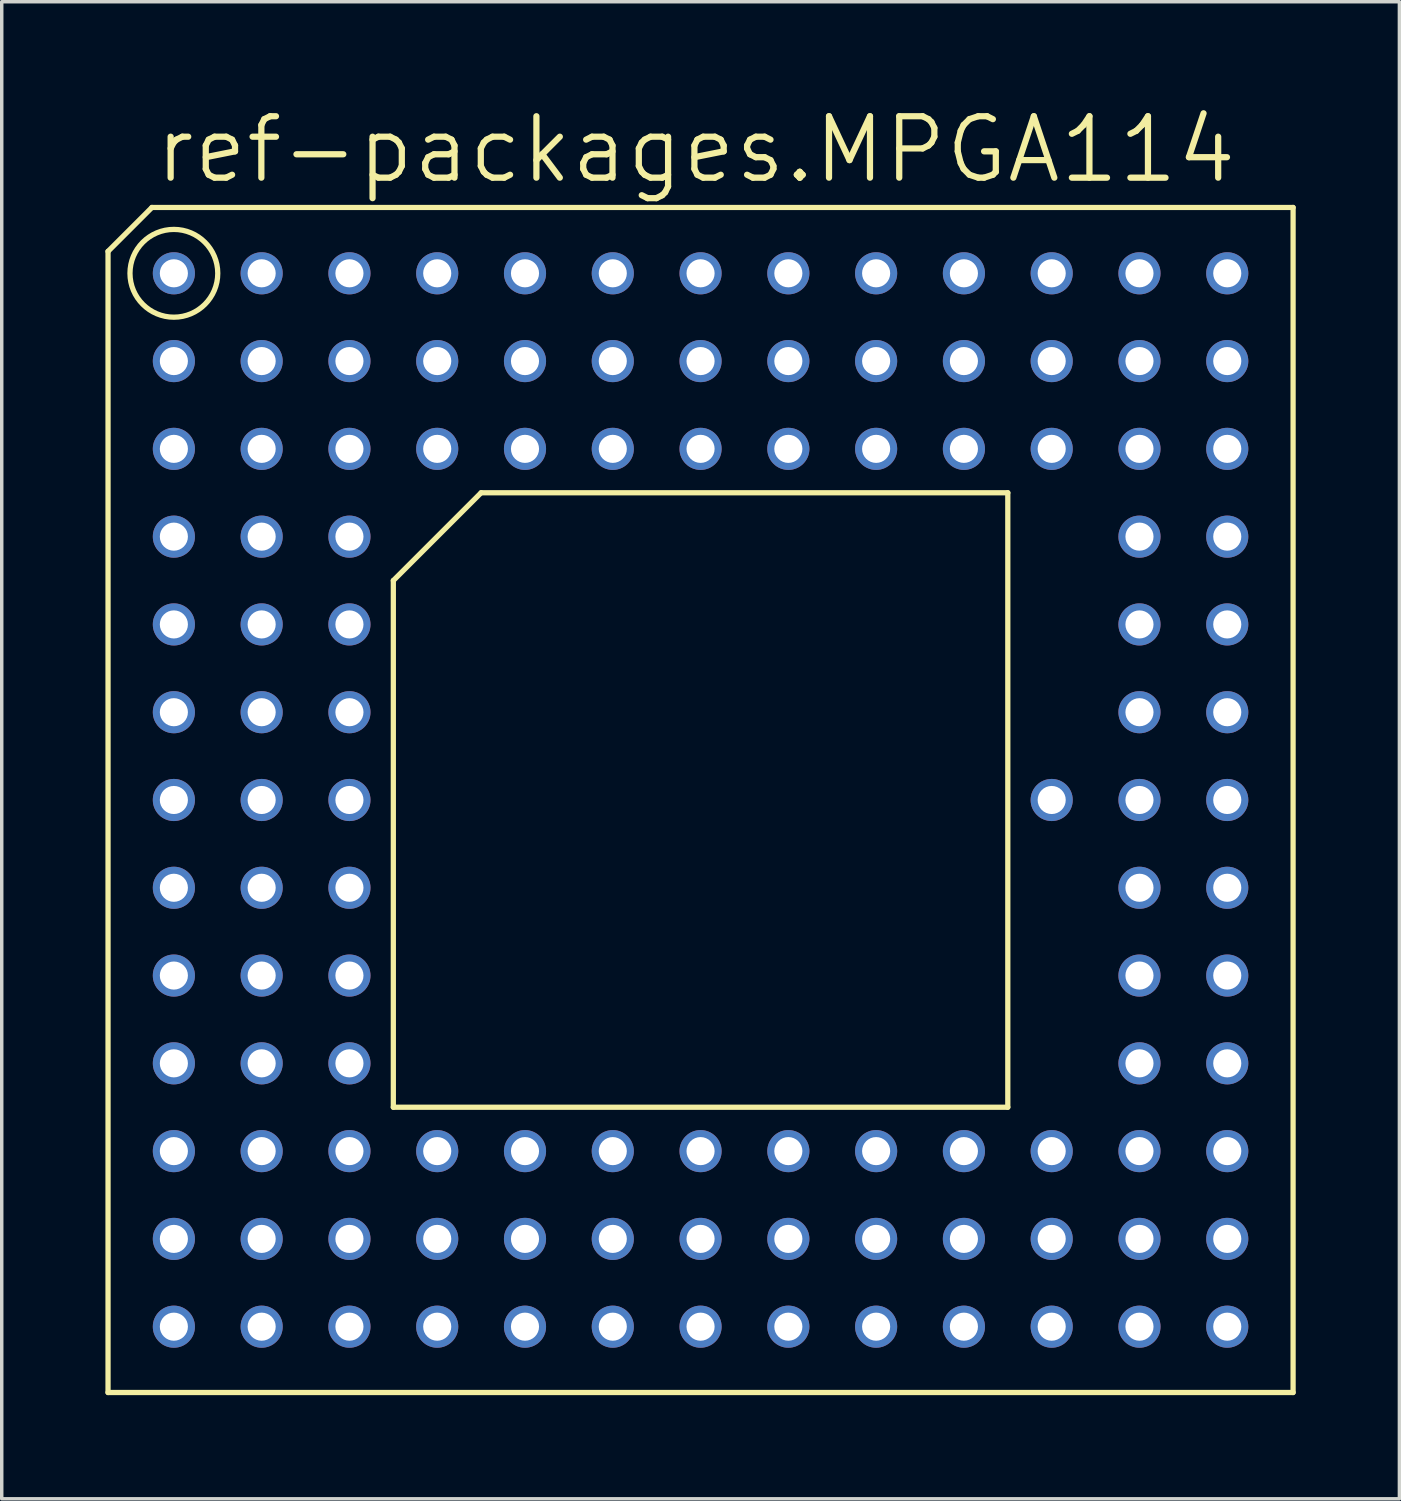
<source format=kicad_pcb>
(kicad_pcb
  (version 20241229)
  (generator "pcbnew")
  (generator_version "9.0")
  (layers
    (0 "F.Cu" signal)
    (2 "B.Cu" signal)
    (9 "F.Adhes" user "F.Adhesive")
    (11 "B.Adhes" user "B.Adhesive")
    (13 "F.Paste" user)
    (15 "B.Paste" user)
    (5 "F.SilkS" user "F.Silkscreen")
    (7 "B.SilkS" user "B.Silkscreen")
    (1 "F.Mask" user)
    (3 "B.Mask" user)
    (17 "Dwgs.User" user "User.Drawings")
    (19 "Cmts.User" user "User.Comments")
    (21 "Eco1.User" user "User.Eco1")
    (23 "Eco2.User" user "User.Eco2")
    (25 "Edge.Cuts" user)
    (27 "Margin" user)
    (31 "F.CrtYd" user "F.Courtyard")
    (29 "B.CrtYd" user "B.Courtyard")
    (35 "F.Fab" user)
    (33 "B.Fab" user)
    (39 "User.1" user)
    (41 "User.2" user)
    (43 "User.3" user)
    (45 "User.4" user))
  (footprint "ref-packages.MPGA114"
    (layer "F.Cu")
    (at 17.221 20.098)
    (property "Reference" "ref-packages.MPGA114" (at -15.875 -17.78 0) (layer "F.SilkS") (effects (font (size 1.778 1.778) (thickness 0.18)) (justify left bottom)))
    (attr through_hole)
    (fp_line (start -17.145 -15.875) (end -15.875 -17.145) (stroke (width 0.152) (type default)) (layer "F.SilkS"))
    (fp_line (start -17.145 17.145) (end -17.145 -15.875) (stroke (width 0.152) (type default)) (layer "F.SilkS"))
    (fp_line (start -15.875 -17.145) (end 17.145 -17.145) (stroke (width 0.152) (type default)) (layer "F.SilkS"))
    (fp_line (start -8.89 8.89) (end -8.89 -6.35) (stroke (width 0.152) (type default)) (layer "F.SilkS"))
    (fp_line (start -8.89 8.89) (end 8.89 8.89) (stroke (width 0.152) (type default)) (layer "F.SilkS"))
    (fp_line (start -6.35 -8.89) (end -8.89 -6.35) (stroke (width 0.152) (type default)) (layer "F.SilkS"))
    (fp_line (start -6.35 -8.89) (end 8.89 -8.89) (stroke (width 0.152) (type default)) (layer "F.SilkS"))
    (fp_line (start 8.89 -8.89) (end 8.89 8.89) (stroke (width 0.152) (type default)) (layer "F.SilkS"))
    (fp_line (start 17.145 -17.145) (end 17.145 17.145) (stroke (width 0.152) (type default)) (layer "F.SilkS"))
    (fp_line (start 17.145 17.145) (end -17.145 17.145) (stroke (width 0.152) (type default)) (layer "F.SilkS"))
    (fp_circle (center -15.24 -15.24) (end -13.97 -15.24) (stroke (width 0.152) (type default)) (fill no) (layer "F.SilkS"))
    (pad "A01" thru_hole circle (at -15.24 -15.24) (size 1.219 1.219) (drill 0.813) (layers "*.Cu" "*.Mask"))
    (pad "A02" thru_hole circle (at -12.7 -15.24) (size 1.219 1.219) (drill 0.813) (layers "*.Cu" "*.Mask"))
    (pad "A03" thru_hole circle (at -10.16 -15.24) (size 1.219 1.219) (drill 0.813) (layers "*.Cu" "*.Mask"))
    (pad "A04" thru_hole circle (at -7.62 -15.24) (size 1.219 1.219) (drill 0.813) (layers "*.Cu" "*.Mask"))
    (pad "A05" thru_hole circle (at -5.08 -15.24) (size 1.219 1.219) (drill 0.813) (layers "*.Cu" "*.Mask"))
    (pad "A06" thru_hole circle (at -2.54 -15.24) (size 1.219 1.219) (drill 0.813) (layers "*.Cu" "*.Mask"))
    (pad "A07" thru_hole circle (at 0 -15.24) (size 1.219 1.219) (drill 0.813) (layers "*.Cu" "*.Mask"))
    (pad "A08" thru_hole circle (at 2.54 -15.24) (size 1.219 1.219) (drill 0.813) (layers "*.Cu" "*.Mask"))
    (pad "A09" thru_hole circle (at 5.08 -15.24) (size 1.219 1.219) (drill 0.813) (layers "*.Cu" "*.Mask"))
    (pad "A10" thru_hole circle (at 7.62 -15.24) (size 1.219 1.219) (drill 0.813) (layers "*.Cu" "*.Mask"))
    (pad "A11" thru_hole circle (at 10.16 -15.24) (size 1.219 1.219) (drill 0.813) (layers "*.Cu" "*.Mask"))
    (pad "A12" thru_hole circle (at 12.7 -15.24) (size 1.219 1.219) (drill 0.813) (layers "*.Cu" "*.Mask"))
    (pad "A13" thru_hole circle (at 15.24 -15.24) (size 1.219 1.219) (drill 0.813) (layers "*.Cu" "*.Mask"))
    (pad "B01" thru_hole circle (at -15.24 -12.7) (size 1.219 1.219) (drill 0.813) (layers "*.Cu" "*.Mask"))
    (pad "B02" thru_hole circle (at -12.7 -12.7) (size 1.219 1.219) (drill 0.813) (layers "*.Cu" "*.Mask"))
    (pad "B03" thru_hole circle (at -10.16 -12.7) (size 1.219 1.219) (drill 0.813) (layers "*.Cu" "*.Mask"))
    (pad "B04" thru_hole circle (at -7.62 -12.7) (size 1.219 1.219) (drill 0.813) (layers "*.Cu" "*.Mask"))
    (pad "B05" thru_hole circle (at -5.08 -12.7) (size 1.219 1.219) (drill 0.813) (layers "*.Cu" "*.Mask"))
    (pad "B06" thru_hole circle (at -2.54 -12.7) (size 1.219 1.219) (drill 0.813) (layers "*.Cu" "*.Mask"))
    (pad "B07" thru_hole circle (at 0 -12.7) (size 1.219 1.219) (drill 0.813) (layers "*.Cu" "*.Mask"))
    (pad "B08" thru_hole circle (at 2.54 -12.7) (size 1.219 1.219) (drill 0.813) (layers "*.Cu" "*.Mask"))
    (pad "B09" thru_hole circle (at 5.08 -12.7) (size 1.219 1.219) (drill 0.813) (layers "*.Cu" "*.Mask"))
    (pad "B10" thru_hole circle (at 7.62 -12.7) (size 1.219 1.219) (drill 0.813) (layers "*.Cu" "*.Mask"))
    (pad "B11" thru_hole circle (at 10.16 -12.7) (size 1.219 1.219) (drill 0.813) (layers "*.Cu" "*.Mask"))
    (pad "B12" thru_hole circle (at 12.7 -12.7) (size 1.219 1.219) (drill 0.813) (layers "*.Cu" "*.Mask"))
    (pad "B13" thru_hole circle (at 15.24 -12.7) (size 1.219 1.219) (drill 0.813) (layers "*.Cu" "*.Mask"))
    (pad "C01" thru_hole circle (at -15.24 -10.16) (size 1.219 1.219) (drill 0.813) (layers "*.Cu" "*.Mask"))
    (pad "C02" thru_hole circle (at -12.7 -10.16) (size 1.219 1.219) (drill 0.813) (layers "*.Cu" "*.Mask"))
    (pad "C03" thru_hole circle (at -10.16 -10.16) (size 1.219 1.219) (drill 0.813) (layers "*.Cu" "*.Mask"))
    (pad "C04" thru_hole circle (at -7.62 -10.16) (size 1.219 1.219) (drill 0.813) (layers "*.Cu" "*.Mask"))
    (pad "C05" thru_hole circle (at -5.08 -10.16) (size 1.219 1.219) (drill 0.813) (layers "*.Cu" "*.Mask"))
    (pad "C06" thru_hole circle (at -2.54 -10.16) (size 1.219 1.219) (drill 0.813) (layers "*.Cu" "*.Mask"))
    (pad "C07" thru_hole circle (at 0 -10.16) (size 1.219 1.219) (drill 0.813) (layers "*.Cu" "*.Mask"))
    (pad "C08" thru_hole circle (at 2.54 -10.16) (size 1.219 1.219) (drill 0.813) (layers "*.Cu" "*.Mask"))
    (pad "C09" thru_hole circle (at 5.08 -10.16) (size 1.219 1.219) (drill 0.813) (layers "*.Cu" "*.Mask"))
    (pad "C10" thru_hole circle (at 7.62 -10.16) (size 1.219 1.219) (drill 0.813) (layers "*.Cu" "*.Mask"))
    (pad "C11" thru_hole circle (at 10.16 -10.16) (size 1.219 1.219) (drill 0.813) (layers "*.Cu" "*.Mask"))
    (pad "C12" thru_hole circle (at 12.7 -10.16) (size 1.219 1.219) (drill 0.813) (layers "*.Cu" "*.Mask"))
    (pad "C13" thru_hole circle (at 15.24 -10.16) (size 1.219 1.219) (drill 0.813) (layers "*.Cu" "*.Mask"))
    (pad "D01" thru_hole circle (at -15.24 -7.62) (size 1.219 1.219) (drill 0.813) (layers "*.Cu" "*.Mask"))
    (pad "D02" thru_hole circle (at -12.7 -7.62) (size 1.219 1.219) (drill 0.813) (layers "*.Cu" "*.Mask"))
    (pad "D03" thru_hole circle (at -10.16 -7.62) (size 1.219 1.219) (drill 0.813) (layers "*.Cu" "*.Mask"))
    (pad "D12" thru_hole circle (at 12.7 -7.62) (size 1.219 1.219) (drill 0.813) (layers "*.Cu" "*.Mask"))
    (pad "D13" thru_hole circle (at 15.24 -7.62) (size 1.219 1.219) (drill 0.813) (layers "*.Cu" "*.Mask"))
    (pad "E01" thru_hole circle (at -15.24 -5.08) (size 1.219 1.219) (drill 0.813) (layers "*.Cu" "*.Mask"))
    (pad "E02" thru_hole circle (at -12.7 -5.08) (size 1.219 1.219) (drill 0.813) (layers "*.Cu" "*.Mask"))
    (pad "E03" thru_hole circle (at -10.16 -5.08) (size 1.219 1.219) (drill 0.813) (layers "*.Cu" "*.Mask"))
    (pad "E12" thru_hole circle (at 12.7 -5.08) (size 1.219 1.219) (drill 0.813) (layers "*.Cu" "*.Mask"))
    (pad "E13" thru_hole circle (at 15.24 -5.08) (size 1.219 1.219) (drill 0.813) (layers "*.Cu" "*.Mask"))
    (pad "F01" thru_hole circle (at -15.24 -2.54) (size 1.219 1.219) (drill 0.813) (layers "*.Cu" "*.Mask"))
    (pad "F02" thru_hole circle (at -12.7 -2.54) (size 1.219 1.219) (drill 0.813) (layers "*.Cu" "*.Mask"))
    (pad "F03" thru_hole circle (at -10.16 -2.54) (size 1.219 1.219) (drill 0.813) (layers "*.Cu" "*.Mask"))
    (pad "F12" thru_hole circle (at 12.7 -2.54) (size 1.219 1.219) (drill 0.813) (layers "*.Cu" "*.Mask"))
    (pad "F13" thru_hole circle (at 15.24 -2.54) (size 1.219 1.219) (drill 0.813) (layers "*.Cu" "*.Mask"))
    (pad "G01" thru_hole circle (at -15.24 0) (size 1.219 1.219) (drill 0.813) (layers "*.Cu" "*.Mask"))
    (pad "G02" thru_hole circle (at -12.7 0) (size 1.219 1.219) (drill 0.813) (layers "*.Cu" "*.Mask"))
    (pad "G03" thru_hole circle (at -10.16 0) (size 1.219 1.219) (drill 0.813) (layers "*.Cu" "*.Mask"))
    (pad "G11" thru_hole circle (at 10.16 0) (size 1.219 1.219) (drill 0.813) (layers "*.Cu" "*.Mask"))
    (pad "G12" thru_hole circle (at 12.7 0) (size 1.219 1.219) (drill 0.813) (layers "*.Cu" "*.Mask"))
    (pad "G13" thru_hole circle (at 15.24 0) (size 1.219 1.219) (drill 0.813) (layers "*.Cu" "*.Mask"))
    (pad "H01" thru_hole circle (at -15.24 2.54) (size 1.219 1.219) (drill 0.813) (layers "*.Cu" "*.Mask"))
    (pad "H02" thru_hole circle (at -12.7 2.54) (size 1.219 1.219) (drill 0.813) (layers "*.Cu" "*.Mask"))
    (pad "H03" thru_hole circle (at -10.16 2.54) (size 1.219 1.219) (drill 0.813) (layers "*.Cu" "*.Mask"))
    (pad "H12" thru_hole circle (at 12.7 2.54) (size 1.219 1.219) (drill 0.813) (layers "*.Cu" "*.Mask"))
    (pad "H13" thru_hole circle (at 15.24 2.54) (size 1.219 1.219) (drill 0.813) (layers "*.Cu" "*.Mask"))
    (pad "J01" thru_hole circle (at -15.24 5.08) (size 1.219 1.219) (drill 0.813) (layers "*.Cu" "*.Mask"))
    (pad "J02" thru_hole circle (at -12.7 5.08) (size 1.219 1.219) (drill 0.813) (layers "*.Cu" "*.Mask"))
    (pad "J03" thru_hole circle (at -10.16 5.08) (size 1.219 1.219) (drill 0.813) (layers "*.Cu" "*.Mask"))
    (pad "J12" thru_hole circle (at 12.7 5.08) (size 1.219 1.219) (drill 0.813) (layers "*.Cu" "*.Mask"))
    (pad "J13" thru_hole circle (at 15.24 5.08) (size 1.219 1.219) (drill 0.813) (layers "*.Cu" "*.Mask"))
    (pad "K01" thru_hole circle (at -15.24 7.62) (size 1.219 1.219) (drill 0.813) (layers "*.Cu" "*.Mask"))
    (pad "K02" thru_hole circle (at -12.7 7.62) (size 1.219 1.219) (drill 0.813) (layers "*.Cu" "*.Mask"))
    (pad "K03" thru_hole circle (at -10.16 7.62) (size 1.219 1.219) (drill 0.813) (layers "*.Cu" "*.Mask"))
    (pad "K12" thru_hole circle (at 12.7 7.62) (size 1.219 1.219) (drill 0.813) (layers "*.Cu" "*.Mask"))
    (pad "K13" thru_hole circle (at 15.24 7.62) (size 1.219 1.219) (drill 0.813) (layers "*.Cu" "*.Mask"))
    (pad "L01" thru_hole circle (at -15.24 10.16) (size 1.219 1.219) (drill 0.813) (layers "*.Cu" "*.Mask"))
    (pad "L02" thru_hole circle (at -12.7 10.16) (size 1.219 1.219) (drill 0.813) (layers "*.Cu" "*.Mask"))
    (pad "L03" thru_hole circle (at -10.16 10.16) (size 1.219 1.219) (drill 0.813) (layers "*.Cu" "*.Mask"))
    (pad "L04" thru_hole circle (at -7.62 10.16) (size 1.219 1.219) (drill 0.813) (layers "*.Cu" "*.Mask"))
    (pad "L05" thru_hole circle (at -5.08 10.16) (size 1.219 1.219) (drill 0.813) (layers "*.Cu" "*.Mask"))
    (pad "L06" thru_hole circle (at -2.54 10.16) (size 1.219 1.219) (drill 0.813) (layers "*.Cu" "*.Mask"))
    (pad "L07" thru_hole circle (at 0 10.16) (size 1.219 1.219) (drill 0.813) (layers "*.Cu" "*.Mask"))
    (pad "L08" thru_hole circle (at 2.54 10.16) (size 1.219 1.219) (drill 0.813) (layers "*.Cu" "*.Mask"))
    (pad "L09" thru_hole circle (at 5.08 10.16) (size 1.219 1.219) (drill 0.813) (layers "*.Cu" "*.Mask"))
    (pad "L10" thru_hole circle (at 7.62 10.16) (size 1.219 1.219) (drill 0.813) (layers "*.Cu" "*.Mask"))
    (pad "L11" thru_hole circle (at 10.16 10.16) (size 1.219 1.219) (drill 0.813) (layers "*.Cu" "*.Mask"))
    (pad "L12" thru_hole circle (at 12.7 10.16) (size 1.219 1.219) (drill 0.813) (layers "*.Cu" "*.Mask"))
    (pad "L13" thru_hole circle (at 15.24 10.16) (size 1.219 1.219) (drill 0.813) (layers "*.Cu" "*.Mask"))
    (pad "M01" thru_hole circle (at -15.24 12.7) (size 1.219 1.219) (drill 0.813) (layers "*.Cu" "*.Mask"))
    (pad "M02" thru_hole circle (at -12.7 12.7) (size 1.219 1.219) (drill 0.813) (layers "*.Cu" "*.Mask"))
    (pad "M03" thru_hole circle (at -10.16 12.7) (size 1.219 1.219) (drill 0.813) (layers "*.Cu" "*.Mask"))
    (pad "M04" thru_hole circle (at -7.62 12.7) (size 1.219 1.219) (drill 0.813) (layers "*.Cu" "*.Mask"))
    (pad "M05" thru_hole circle (at -5.08 12.7) (size 1.219 1.219) (drill 0.813) (layers "*.Cu" "*.Mask"))
    (pad "M06" thru_hole circle (at -2.54 12.7) (size 1.219 1.219) (drill 0.813) (layers "*.Cu" "*.Mask"))
    (pad "M07" thru_hole circle (at 0 12.7) (size 1.219 1.219) (drill 0.813) (layers "*.Cu" "*.Mask"))
    (pad "M08" thru_hole circle (at 2.54 12.7) (size 1.219 1.219) (drill 0.813) (layers "*.Cu" "*.Mask"))
    (pad "M09" thru_hole circle (at 5.08 12.7) (size 1.219 1.219) (drill 0.813) (layers "*.Cu" "*.Mask"))
    (pad "M10" thru_hole circle (at 7.62 12.7) (size 1.219 1.219) (drill 0.813) (layers "*.Cu" "*.Mask"))
    (pad "M11" thru_hole circle (at 10.16 12.7) (size 1.219 1.219) (drill 0.813) (layers "*.Cu" "*.Mask"))
    (pad "M12" thru_hole circle (at 12.7 12.7) (size 1.219 1.219) (drill 0.813) (layers "*.Cu" "*.Mask"))
    (pad "M13" thru_hole circle (at 15.24 12.7) (size 1.219 1.219) (drill 0.813) (layers "*.Cu" "*.Mask"))
    (pad "N01" thru_hole circle (at -15.24 15.24) (size 1.219 1.219) (drill 0.813) (layers "*.Cu" "*.Mask"))
    (pad "N02" thru_hole circle (at -12.7 15.24) (size 1.219 1.219) (drill 0.813) (layers "*.Cu" "*.Mask"))
    (pad "N03" thru_hole circle (at -10.16 15.24) (size 1.219 1.219) (drill 0.813) (layers "*.Cu" "*.Mask"))
    (pad "N04" thru_hole circle (at -7.62 15.24) (size 1.219 1.219) (drill 0.813) (layers "*.Cu" "*.Mask"))
    (pad "N05" thru_hole circle (at -5.08 15.24) (size 1.219 1.219) (drill 0.813) (layers "*.Cu" "*.Mask"))
    (pad "N06" thru_hole circle (at -2.54 15.24) (size 1.219 1.219) (drill 0.813) (layers "*.Cu" "*.Mask"))
    (pad "N07" thru_hole circle (at 0 15.24) (size 1.219 1.219) (drill 0.813) (layers "*.Cu" "*.Mask"))
    (pad "N08" thru_hole circle (at 2.54 15.24) (size 1.219 1.219) (drill 0.813) (layers "*.Cu" "*.Mask"))
    (pad "N09" thru_hole circle (at 5.08 15.24) (size 1.219 1.219) (drill 0.813) (layers "*.Cu" "*.Mask"))
    (pad "N10" thru_hole circle (at 7.62 15.24) (size 1.219 1.219) (drill 0.813) (layers "*.Cu" "*.Mask"))
    (pad "N11" thru_hole circle (at 10.16 15.24) (size 1.219 1.219) (drill 0.813) (layers "*.Cu" "*.Mask"))
    (pad "N12" thru_hole circle (at 12.7 15.24) (size 1.219 1.219) (drill 0.813) (layers "*.Cu" "*.Mask"))
    (pad "N13" thru_hole circle (at 15.24 15.24) (size 1.219 1.219) (drill 0.813) (layers "*.Cu" "*.Mask")))
  (gr_rect
    (start -3 -3)
    (end 37.442 40.319)
    (stroke (width 0.1) (type default))
    (fill no)
    (layer "Edge.Cuts")))
</source>
